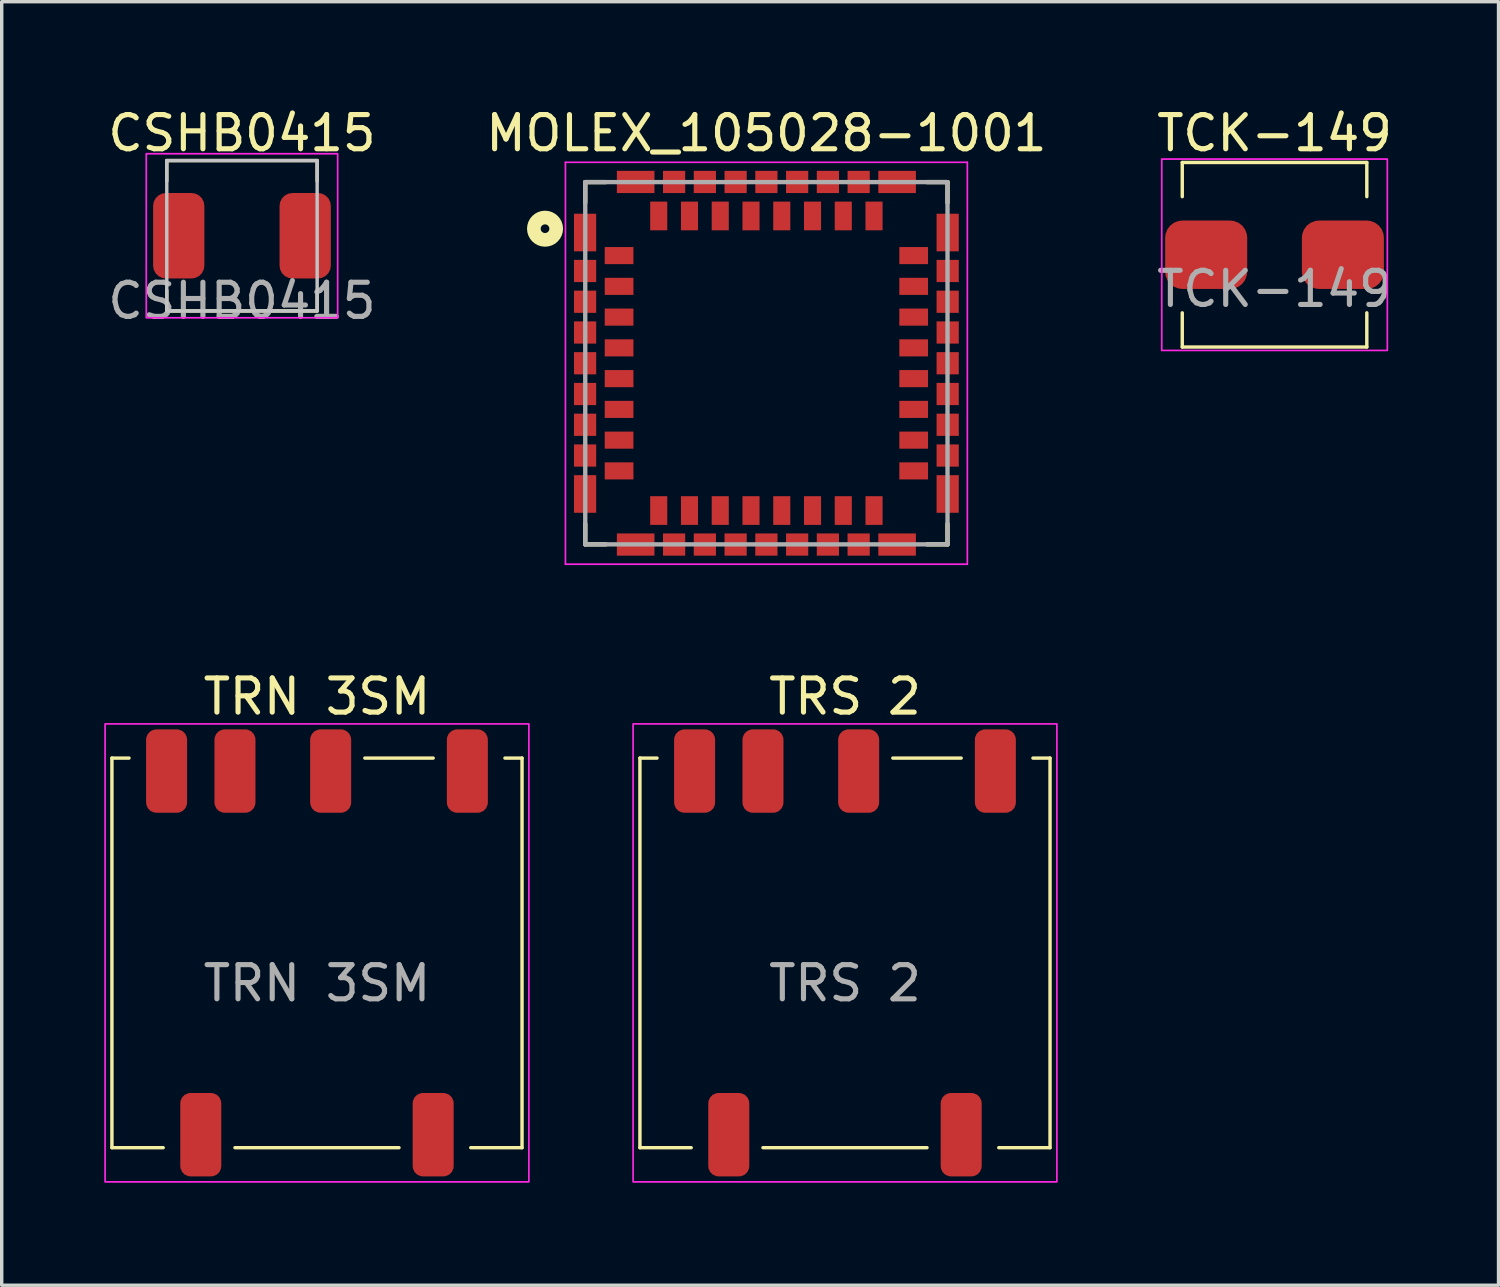
<source format=kicad_pcb>
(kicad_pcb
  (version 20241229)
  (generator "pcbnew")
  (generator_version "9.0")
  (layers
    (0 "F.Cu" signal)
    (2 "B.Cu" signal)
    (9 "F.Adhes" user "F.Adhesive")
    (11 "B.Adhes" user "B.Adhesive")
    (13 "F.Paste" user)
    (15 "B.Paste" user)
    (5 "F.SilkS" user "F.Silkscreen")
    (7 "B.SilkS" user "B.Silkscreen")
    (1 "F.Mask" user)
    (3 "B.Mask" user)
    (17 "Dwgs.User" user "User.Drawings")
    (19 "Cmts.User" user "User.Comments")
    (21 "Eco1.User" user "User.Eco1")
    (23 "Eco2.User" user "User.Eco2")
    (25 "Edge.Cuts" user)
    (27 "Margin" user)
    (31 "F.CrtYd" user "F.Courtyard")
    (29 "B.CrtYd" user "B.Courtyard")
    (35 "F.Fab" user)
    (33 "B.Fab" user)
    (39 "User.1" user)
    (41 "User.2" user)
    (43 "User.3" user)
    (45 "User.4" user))
  (footprint "MOLEX_105028-1001"
    (layer "F.Cu")
    (at 19.375 7.579)
    (property "Reference" "MOLEX_105028-1001" (at 0 -6.731 0) (layer "F.SilkS") (effects (font (size 1 1) (thickness 0.15))))
    (attr smd)
    (fp_line (start -5.3 -4.7) (end -5.3 -5.3) (stroke (width 0.127) (type solid)) (layer "F.SilkS"))
    (fp_line (start -5.3 4.7) (end -5.3 5.3) (stroke (width 0.127) (type solid)) (layer "F.SilkS"))
    (fp_line (start -4.7 -5.3) (end -5.3 -5.3) (stroke (width 0.127) (type solid)) (layer "F.SilkS"))
    (fp_line (start -4.7 5.3) (end -5.3 5.3) (stroke (width 0.127) (type solid)) (layer "F.SilkS"))
    (fp_line (start 4.7 -5.3) (end 5.3 -5.3) (stroke (width 0.127) (type solid)) (layer "F.SilkS"))
    (fp_line (start 4.7 5.3) (end 5.3 5.3) (stroke (width 0.127) (type solid)) (layer "F.SilkS"))
    (fp_line (start 5.3 -4.7) (end 5.3 -5.3) (stroke (width 0.127) (type solid)) (layer "F.SilkS"))
    (fp_line (start 5.3 4.7) (end 5.3 5.3) (stroke (width 0.127) (type solid)) (layer "F.SilkS"))
    (fp_circle (center -6.477 -3.937) (end -6.35 -3.937) (stroke (width 0.4) (type solid)) (fill no) (layer "F.SilkS"))
    (fp_line (start -5.88 -5.88) (end -5.88 5.88) (stroke (width 0.05) (type solid)) (layer "F.CrtYd"))
    (fp_line (start -5.88 5.88) (end 5.88 5.88) (stroke (width 0.05) (type solid)) (layer "F.CrtYd"))
    (fp_line (start 5.88 -5.88) (end -5.88 -5.88) (stroke (width 0.05) (type solid)) (layer "F.CrtYd"))
    (fp_line (start 5.88 5.88) (end 5.88 -5.88) (stroke (width 0.05) (type solid)) (layer "F.CrtYd"))
    (fp_line (start -5.3 -5.3) (end 5.3 -5.3) (stroke (width 0.127) (type solid)) (layer "F.Fab"))
    (fp_line (start -5.3 5.3) (end -5.3 -5.3) (stroke (width 0.127) (type solid)) (layer "F.Fab"))
    (fp_line (start 5.3 -5.3) (end 5.3 5.3) (stroke (width 0.127) (type solid)) (layer "F.Fab"))
    (fp_line (start 5.3 5.3) (end -5.3 5.3) (stroke (width 0.127) (type solid)) (layer "F.Fab"))
    (pad "1" smd rect (at -5.305 -3.825 90) (size 1.1 0.65) (layers "F.Cu" "F.Mask" "F.Paste"))
    (pad "1" smd rect (at -5.305 -2.7 90) (size 0.65 0.65) (layers "F.Cu" "F.Mask" "F.Paste"))
    (pad "1" smd rect (at -5.305 -1.8 90) (size 0.65 0.65) (layers "F.Cu" "F.Mask" "F.Paste"))
    (pad "1" smd rect (at -5.305 -0.9 90) (size 0.65 0.65) (layers "F.Cu" "F.Mask" "F.Paste"))
    (pad "1" smd rect (at -5.305 0 90) (size 0.65 0.65) (layers "F.Cu" "F.Mask" "F.Paste"))
    (pad "1" smd rect (at -5.305 0.9 90) (size 0.65 0.65) (layers "F.Cu" "F.Mask" "F.Paste"))
    (pad "1" smd rect (at -5.305 1.8 90) (size 0.65 0.65) (layers "F.Cu" "F.Mask" "F.Paste"))
    (pad "1" smd rect (at -5.305 2.7 90) (size 0.65 0.65) (layers "F.Cu" "F.Mask" "F.Paste"))
    (pad "1" smd rect (at -5.305 3.825 270) (size 1.1 0.65) (layers "F.Cu" "F.Mask" "F.Paste"))
    (pad "1" smd rect (at -4.31 -3.15 90) (size 0.5 0.84) (layers "F.Cu" "F.Mask" "F.Paste"))
    (pad "1" smd rect (at -3.825 -5.305 180) (size 1.1 0.65) (layers "F.Cu" "F.Mask" "F.Paste"))
    (pad "1" smd rect (at -3.825 5.305 180) (size 1.1 0.65) (layers "F.Cu" "F.Mask" "F.Paste"))
    (pad "1" smd rect (at -2.7 -5.305) (size 0.65 0.65) (layers "F.Cu" "F.Mask" "F.Paste"))
    (pad "1" smd rect (at -2.7 5.305 180) (size 0.65 0.65) (layers "F.Cu" "F.Mask" "F.Paste"))
    (pad "1" smd rect (at -1.8 -5.305) (size 0.65 0.65) (layers "F.Cu" "F.Mask" "F.Paste"))
    (pad "1" smd rect (at -1.8 5.305 180) (size 0.65 0.65) (layers "F.Cu" "F.Mask" "F.Paste"))
    (pad "1" smd rect (at -0.9 -5.305) (size 0.65 0.65) (layers "F.Cu" "F.Mask" "F.Paste"))
    (pad "1" smd rect (at -0.9 5.305 180) (size 0.65 0.65) (layers "F.Cu" "F.Mask" "F.Paste"))
    (pad "1" smd rect (at 0 -5.305) (size 0.65 0.65) (layers "F.Cu" "F.Mask" "F.Paste"))
    (pad "1" smd rect (at 0 5.305 180) (size 0.65 0.65) (layers "F.Cu" "F.Mask" "F.Paste"))
    (pad "1" smd rect (at 0.9 -5.305) (size 0.65 0.65) (layers "F.Cu" "F.Mask" "F.Paste"))
    (pad "1" smd rect (at 0.9 5.305 180) (size 0.65 0.65) (layers "F.Cu" "F.Mask" "F.Paste"))
    (pad "1" smd rect (at 1.8 -5.305) (size 0.65 0.65) (layers "F.Cu" "F.Mask" "F.Paste"))
    (pad "1" smd rect (at 1.8 5.305 180) (size 0.65 0.65) (layers "F.Cu" "F.Mask" "F.Paste"))
    (pad "1" smd rect (at 2.7 -5.305) (size 0.65 0.65) (layers "F.Cu" "F.Mask" "F.Paste"))
    (pad "1" smd rect (at 2.7 5.305 180) (size 0.65 0.65) (layers "F.Cu" "F.Mask" "F.Paste"))
    (pad "1" smd rect (at 3.825 -5.305) (size 1.1 0.65) (layers "F.Cu" "F.Mask" "F.Paste"))
    (pad "1" smd rect (at 3.825 5.305) (size 1.1 0.65) (layers "F.Cu" "F.Mask" "F.Paste"))
    (pad "1" smd rect (at 5.305 -3.825 90) (size 1.1 0.65) (layers "F.Cu" "F.Mask" "F.Paste"))
    (pad "1" smd rect (at 5.305 -2.7 270) (size 0.65 0.65) (layers "F.Cu" "F.Mask" "F.Paste"))
    (pad "1" smd rect (at 5.305 -1.8 270) (size 0.65 0.65) (layers "F.Cu" "F.Mask" "F.Paste"))
    (pad "1" smd rect (at 5.305 -0.9 270) (size 0.65 0.65) (layers "F.Cu" "F.Mask" "F.Paste"))
    (pad "1" smd rect (at 5.305 0 270) (size 0.65 0.65) (layers "F.Cu" "F.Mask" "F.Paste"))
    (pad "1" smd rect (at 5.305 0.9 270) (size 0.65 0.65) (layers "F.Cu" "F.Mask" "F.Paste"))
    (pad "1" smd rect (at 5.305 1.8 270) (size 0.65 0.65) (layers "F.Cu" "F.Mask" "F.Paste"))
    (pad "1" smd rect (at 5.305 2.7 270) (size 0.65 0.65) (layers "F.Cu" "F.Mask" "F.Paste"))
    (pad "1" smd rect (at 5.305 3.825 270) (size 1.1 0.65) (layers "F.Cu" "F.Mask" "F.Paste"))
    (pad "2" smd rect (at -4.31 -2.25 90) (size 0.5 0.84) (layers "F.Cu" "F.Mask" "F.Paste"))
    (pad "3" smd rect (at -4.31 -1.35 90) (size 0.5 0.84) (layers "F.Cu" "F.Mask" "F.Paste"))
    (pad "4" smd rect (at -4.31 -0.45 90) (size 0.5 0.84) (layers "F.Cu" "F.Mask" "F.Paste"))
    (pad "5" smd rect (at -4.31 0.45 90) (size 0.5 0.84) (layers "F.Cu" "F.Mask" "F.Paste"))
    (pad "6" smd rect (at -4.31 1.35 90) (size 0.5 0.84) (layers "F.Cu" "F.Mask" "F.Paste"))
    (pad "7" smd rect (at -4.31 2.25 90) (size 0.5 0.84) (layers "F.Cu" "F.Mask" "F.Paste"))
    (pad "8" smd rect (at -4.31 3.15 90) (size 0.5 0.84) (layers "F.Cu" "F.Mask" "F.Paste"))
    (pad "9" smd rect (at -3.15 4.31 180) (size 0.5 0.84) (layers "F.Cu" "F.Mask" "F.Paste"))
    (pad "10" smd rect (at -2.25 4.31 180) (size 0.5 0.84) (layers "F.Cu" "F.Mask" "F.Paste"))
    (pad "11" smd rect (at -1.35 4.31 180) (size 0.5 0.84) (layers "F.Cu" "F.Mask" "F.Paste"))
    (pad "12" smd rect (at -0.45 4.31 180) (size 0.5 0.84) (layers "F.Cu" "F.Mask" "F.Paste"))
    (pad "13" smd rect (at 0.45 4.31 180) (size 0.5 0.84) (layers "F.Cu" "F.Mask" "F.Paste"))
    (pad "14" smd rect (at 1.35 4.31 180) (size 0.5 0.84) (layers "F.Cu" "F.Mask" "F.Paste"))
    (pad "15" smd rect (at 2.25 4.31 180) (size 0.5 0.84) (layers "F.Cu" "F.Mask" "F.Paste"))
    (pad "16" smd rect (at 3.15 4.31 180) (size 0.5 0.84) (layers "F.Cu" "F.Mask" "F.Paste"))
    (pad "17" smd rect (at 4.31 3.15 270) (size 0.5 0.84) (layers "F.Cu" "F.Mask" "F.Paste"))
    (pad "18" smd rect (at 4.31 2.25 270) (size 0.5 0.84) (layers "F.Cu" "F.Mask" "F.Paste"))
    (pad "19" smd rect (at 4.31 1.35 270) (size 0.5 0.84) (layers "F.Cu" "F.Mask" "F.Paste"))
    (pad "20" smd rect (at 4.31 0.45 270) (size 0.5 0.84) (layers "F.Cu" "F.Mask" "F.Paste"))
    (pad "21" smd rect (at 4.31 -0.45 270) (size 0.5 0.84) (layers "F.Cu" "F.Mask" "F.Paste"))
    (pad "22" smd rect (at 4.31 -1.35 270) (size 0.5 0.84) (layers "F.Cu" "F.Mask" "F.Paste"))
    (pad "23" smd rect (at 4.31 -2.25 270) (size 0.5 0.84) (layers "F.Cu" "F.Mask" "F.Paste"))
    (pad "24" smd rect (at 4.31 -3.15 270) (size 0.5 0.84) (layers "F.Cu" "F.Mask" "F.Paste"))
    (pad "25" smd rect (at 3.15 -4.31) (size 0.5 0.84) (layers "F.Cu" "F.Mask" "F.Paste"))
    (pad "26" smd rect (at 2.25 -4.31) (size 0.5 0.84) (layers "F.Cu" "F.Mask" "F.Paste"))
    (pad "27" smd rect (at 1.35 -4.31) (size 0.5 0.84) (layers "F.Cu" "F.Mask" "F.Paste"))
    (pad "28" smd rect (at 0.45 -4.31) (size 0.5 0.84) (layers "F.Cu" "F.Mask" "F.Paste"))
    (pad "29" smd rect (at -0.45 -4.31) (size 0.5 0.84) (layers "F.Cu" "F.Mask" "F.Paste"))
    (pad "30" smd rect (at -1.35 -4.31) (size 0.5 0.84) (layers "F.Cu" "F.Mask" "F.Paste"))
    (pad "31" smd rect (at -2.25 -4.31) (size 0.5 0.84) (layers "F.Cu" "F.Mask" "F.Paste"))
    (pad "32" smd rect (at -3.15 -4.31) (size 0.5 0.84) (layers "F.Cu" "F.Mask" "F.Paste")))
  (footprint "TRS 2"
    (layer "F.Cu")
    (at 21.675 24.832)
    (property "Reference" "TRS 2" (at 0 -7.5 0) (unlocked yes) (layer "F.SilkS") (effects (font (size 1 1) (thickness 0.15))))
    (attr smd)
    (fp_line (start -6 -5.7) (end -6 5.7) (stroke (width 0.1) (type default)) (layer "F.SilkS"))
    (fp_line (start -6 5.7) (end -4.5 5.7) (stroke (width 0.1) (type default)) (layer "F.SilkS"))
    (fp_line (start -5.5 -5.7) (end -6 -5.7) (stroke (width 0.1) (type default)) (layer "F.SilkS"))
    (fp_line (start -2.4 5.7) (end 2.4 5.7) (stroke (width 0.1) (type default)) (layer "F.SilkS"))
    (fp_line (start 3.4 -5.7) (end 1.4 -5.7) (stroke (width 0.1) (type default)) (layer "F.SilkS"))
    (fp_line (start 5.5 -5.7) (end 6 -5.7) (stroke (width 0.1) (type default)) (layer "F.SilkS"))
    (fp_line (start 6 -5.7) (end 6 5.7) (stroke (width 0.1) (type default)) (layer "F.SilkS"))
    (fp_line (start 6 5.7) (end 4.5 5.7) (stroke (width 0.1) (type default)) (layer "F.SilkS"))
    (fp_rect (start -6.2 -6.7) (end 6.2 6.7) (stroke (width 0.05) (type default)) (fill no) (layer "F.CrtYd"))
    (fp_text user "${REFERENCE}" (at 0 0.889 0) (unlocked yes) (layer "F.Fab") (effects (font (size 1 1) (thickness 0.15))))
    (pad "1" smd roundrect (at -4.4 -5.32) (size 1.2 2.44) (layers "F.Cu" "F.Mask" "F.Paste") (roundrect_rratio 0.25))
    (pad "2" smd roundrect (at -2.4 -5.32) (size 1.2 2.44) (layers "F.Cu" "F.Mask" "F.Paste") (roundrect_rratio 0.25))
    (pad "3" smd roundrect (at 0.4 -5.32) (size 1.2 2.44) (layers "F.Cu" "F.Mask" "F.Paste") (roundrect_rratio 0.25))
    (pad "5" smd roundrect (at 4.4 -5.32) (size 1.2 2.44) (layers "F.Cu" "F.Mask" "F.Paste") (roundrect_rratio 0.25))
    (pad "6" smd roundrect (at -3.4 5.32) (size 1.2 2.44) (layers "F.Cu" "F.Mask" "F.Paste") (roundrect_rratio 0.25))
    (pad "7" smd roundrect (at 3.4 5.32) (size 1.2 2.44) (layers "F.Cu" "F.Mask" "F.Paste") (roundrect_rratio 0.25)))
  (footprint "CSHB0415"
    (layer "F.Cu")
    (at 4.03 3.848)
    (property "Reference" "CSHB0415" (at 0 -3 0) (unlocked yes) (layer "F.SilkS") (effects (font (size 1 1) (thickness 0.15))))
    (attr smd)
    (fp_line (start -2.2 -2.2) (end 2.2 -2.2) (stroke (width 0.1) (type default)) (layer "F.SilkS"))
    (fp_line (start -2.2 -1.6) (end -2.2 -2.2) (stroke (width 0.1) (type default)) (layer "F.SilkS"))
    (fp_line (start -2.2 2.2) (end -2.2 1.6) (stroke (width 0.1) (type default)) (layer "F.SilkS"))
    (fp_line (start 2.2 -2.2) (end 2.2 -1.6) (stroke (width 0.1) (type default)) (layer "F.SilkS"))
    (fp_line (start 2.2 1.6) (end 2.2 2.2) (stroke (width 0.1) (type default)) (layer "F.SilkS"))
    (fp_line (start 2.2 2.2) (end -2.2 2.2) (stroke (width 0.1) (type default)) (layer "F.SilkS"))
    (fp_rect (start -2.2 -2.2) (end 2.2 2.2) (stroke (width 0.1) (type default)) (fill no) (layer "Dwgs.User"))
    (fp_rect (start -2.8 -2.4) (end 2.8 2.4) (stroke (width 0.05) (type default)) (fill no) (layer "F.CrtYd"))
    (fp_text user "${REFERENCE}" (at 0 1.905 0) (unlocked yes) (layer "F.Fab") (effects (font (size 1 1) (thickness 0.15))))
    (pad "1" smd roundrect (at -1.85 0) (size 1.5 2.5) (layers "F.Cu" "F.Mask" "F.Paste") (roundrect_rratio 0.25))
    (pad "2" smd roundrect (at 1.85 0) (size 1.5 2.5) (layers "F.Cu" "F.Mask" "F.Paste") (roundrect_rratio 0.25)))
  (footprint "TRN 3SM"
    (layer "F.Cu")
    (at 6.225 24.832)
    (property "Reference" "TRN 3SM" (at 0 -7.5 0) (unlocked yes) (layer "F.SilkS") (effects (font (size 1 1) (thickness 0.15))))
    (attr smd)
    (fp_line (start -6 -5.7) (end -6 5.7) (stroke (width 0.1) (type default)) (layer "F.SilkS"))
    (fp_line (start -6 5.7) (end -4.5 5.7) (stroke (width 0.1) (type default)) (layer "F.SilkS"))
    (fp_line (start -5.5 -5.7) (end -6 -5.7) (stroke (width 0.1) (type default)) (layer "F.SilkS"))
    (fp_line (start -2.4 5.7) (end 2.4 5.7) (stroke (width 0.1) (type default)) (layer "F.SilkS"))
    (fp_line (start 3.4 -5.7) (end 1.4 -5.7) (stroke (width 0.1) (type default)) (layer "F.SilkS"))
    (fp_line (start 5.5 -5.7) (end 6 -5.7) (stroke (width 0.1) (type default)) (layer "F.SilkS"))
    (fp_line (start 6 -5.7) (end 6 5.7) (stroke (width 0.1) (type default)) (layer "F.SilkS"))
    (fp_line (start 6 5.7) (end 4.5 5.7) (stroke (width 0.1) (type default)) (layer "F.SilkS"))
    (fp_rect (start -6.2 -6.7) (end 6.2 6.7) (stroke (width 0.05) (type default)) (fill no) (layer "F.CrtYd"))
    (fp_text user "${REFERENCE}" (at 0 0.889 0) (unlocked yes) (layer "F.Fab") (effects (font (size 1 1) (thickness 0.15))))
    (pad "1" smd roundrect (at -4.4 -5.32) (size 1.2 2.44) (layers "F.Cu" "F.Mask" "F.Paste") (roundrect_rratio 0.25))
    (pad "2" smd roundrect (at -2.4 -5.32) (size 1.2 2.44) (layers "F.Cu" "F.Mask" "F.Paste") (roundrect_rratio 0.25))
    (pad "3" smd roundrect (at 0.4 -5.32) (size 1.2 2.44) (layers "F.Cu" "F.Mask" "F.Paste") (roundrect_rratio 0.25))
    (pad "5" smd roundrect (at 4.4 -5.32) (size 1.2 2.44) (layers "F.Cu" "F.Mask" "F.Paste") (roundrect_rratio 0.25))
    (pad "6" smd roundrect (at -3.4 5.32) (size 1.2 2.44) (layers "F.Cu" "F.Mask" "F.Paste") (roundrect_rratio 0.25))
    (pad "7" smd roundrect (at 3.4 5.32) (size 1.2 2.44) (layers "F.Cu" "F.Mask" "F.Paste") (roundrect_rratio 0.25)))
  (footprint "TCK-149"
    (layer "F.Cu")
    (at 34.244 4.404)
    (property "Reference" "TCK-149" (at 0 -3.556 0) (unlocked yes) (layer "F.SilkS") (effects (font (size 1 1) (thickness 0.15))))
    (attr smd)
    (fp_line (start -2.7 -2.7) (end -2.7 -1.7) (stroke (width 0.1) (type default)) (layer "F.SilkS"))
    (fp_line (start -2.7 -2.7) (end 2.7 -2.7) (stroke (width 0.1) (type default)) (layer "F.SilkS"))
    (fp_line (start -2.7 2.7) (end -2.7 1.7) (stroke (width 0.1) (type default)) (layer "F.SilkS"))
    (fp_line (start 2.7 -2.7) (end 2.7 -1.7) (stroke (width 0.1) (type default)) (layer "F.SilkS"))
    (fp_line (start 2.7 2.7) (end -2.7 2.7) (stroke (width 0.1) (type default)) (layer "F.SilkS"))
    (fp_line (start 2.7 2.7) (end 2.7 1.7) (stroke (width 0.1) (type default)) (layer "F.SilkS"))
    (fp_rect (start -3.3 -2.8) (end 3.3 2.8) (stroke (width 0.05) (type default)) (fill no) (layer "F.CrtYd"))
    (fp_text user "${REFERENCE}" (at 0 1 0) (unlocked yes) (layer "F.Fab") (effects (font (size 1 1) (thickness 0.15))))
    (pad "1" smd roundrect (at -2 0) (size 2.4 2) (layers "F.Cu" "F.Mask" "F.Paste") (roundrect_rratio 0.25))
    (pad "2" smd roundrect (at 2 0) (size 2.4 2) (layers "F.Cu" "F.Mask" "F.Paste") (roundrect_rratio 0.25)))
  (gr_rect
    (start -3 -3)
    (end 40.798 34.557)
    (stroke (width 0.1) (type default))
    (fill no)
    (layer "Edge.Cuts")))
</source>
